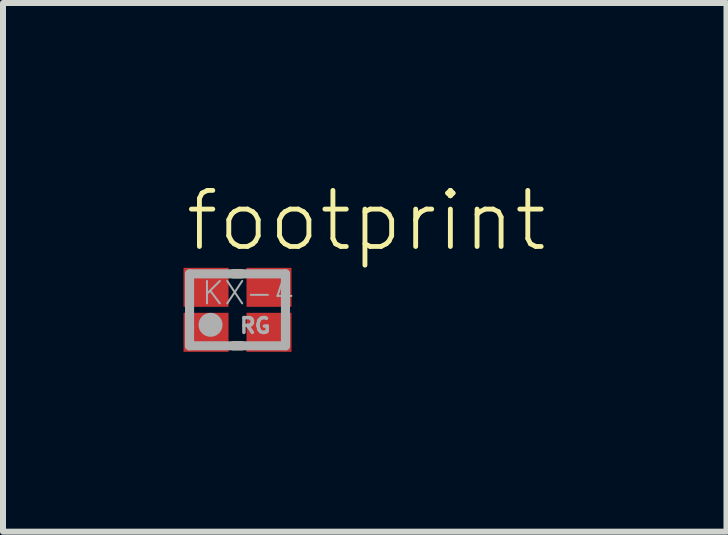
<source format=kicad_pcb>
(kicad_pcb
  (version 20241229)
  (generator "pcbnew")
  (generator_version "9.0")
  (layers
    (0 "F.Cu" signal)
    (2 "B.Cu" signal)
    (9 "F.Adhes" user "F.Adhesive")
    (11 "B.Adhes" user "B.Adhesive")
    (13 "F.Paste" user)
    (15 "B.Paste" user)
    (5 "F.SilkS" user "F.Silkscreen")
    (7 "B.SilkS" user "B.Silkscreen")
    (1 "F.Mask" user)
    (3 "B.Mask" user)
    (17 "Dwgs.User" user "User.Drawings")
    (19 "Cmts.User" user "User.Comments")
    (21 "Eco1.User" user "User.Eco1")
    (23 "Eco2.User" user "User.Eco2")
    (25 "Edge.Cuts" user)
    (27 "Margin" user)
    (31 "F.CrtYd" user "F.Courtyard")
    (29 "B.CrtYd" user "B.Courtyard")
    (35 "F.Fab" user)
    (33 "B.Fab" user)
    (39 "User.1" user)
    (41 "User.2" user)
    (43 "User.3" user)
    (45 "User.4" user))
  (footprint "footprint"
    (layer "F.Cu")
    (at 0.911 2.117)
    (property "Reference" "footprint" (at -0.911 -0.938 0) (layer "F.SilkS") (effects (font (size 0.935 0.935) (thickness 0.081)) (justify left bottom)))
    (fp_line (start -0.07 -0.6) (end 0.07 -0.6) (stroke (width 0.152) (type solid)) (layer "F.SilkS"))
    (fp_line (start -0.07 0.6) (end 0.07 0.6) (stroke (width 0.152) (type solid)) (layer "F.SilkS"))
    (fp_line (start -0.8 -0.6) (end -0.8 0.6) (stroke (width 0.152) (type solid)) (layer "F.Fab"))
    (fp_line (start -0.8 0.6) (end 0.8 0.6) (stroke (width 0.152) (type solid)) (layer "F.Fab"))
    (fp_line (start 0.8 -0.6) (end -0.8 -0.6) (stroke (width 0.152) (type solid)) (layer "F.Fab"))
    (fp_line (start 0.8 0.6) (end 0.8 -0.6) (stroke (width 0.152) (type solid)) (layer "F.Fab"))
    (fp_circle (center -0.45 0.25) (end -0.35 0.25) (stroke (width 0.2) (type solid)) (fill no) (layer "F.Fab"))
    (fp_text user "KX-4" (at -0.62 -0.06 0) (layer "F.Fab") (effects (font (size 0.374 0.374) (thickness 0.033)) (justify left bottom)))
    (fp_text user "RG" (at 0.01 0.41 0) (layer "F.Fab") (effects (font (size 0.247 0.247) (thickness 0.058)) (justify left bottom)))
    (pad "1" smd rect (at -0.525 0.375) (size 0.75 0.65) (layers "F.Cu" "F.Mask" "F.Paste"))
    (pad "2" smd rect (at 0.525 0.375) (size 0.75 0.65) (layers "F.Cu" "F.Mask" "F.Paste"))
    (pad "3" smd rect (at 0.525 -0.375) (size 0.75 0.65) (layers "F.Cu" "F.Mask" "F.Paste"))
    (pad "4" smd rect (at -0.525 -0.375) (size 0.75 0.65) (layers "F.Cu" "F.Mask" "F.Paste")))
  (gr_rect
    (start -3 -3)
    (end 9.066 5.817)
    (stroke (width 0.1) (type default))
    (fill no)
    (layer "Edge.Cuts")))
</source>
